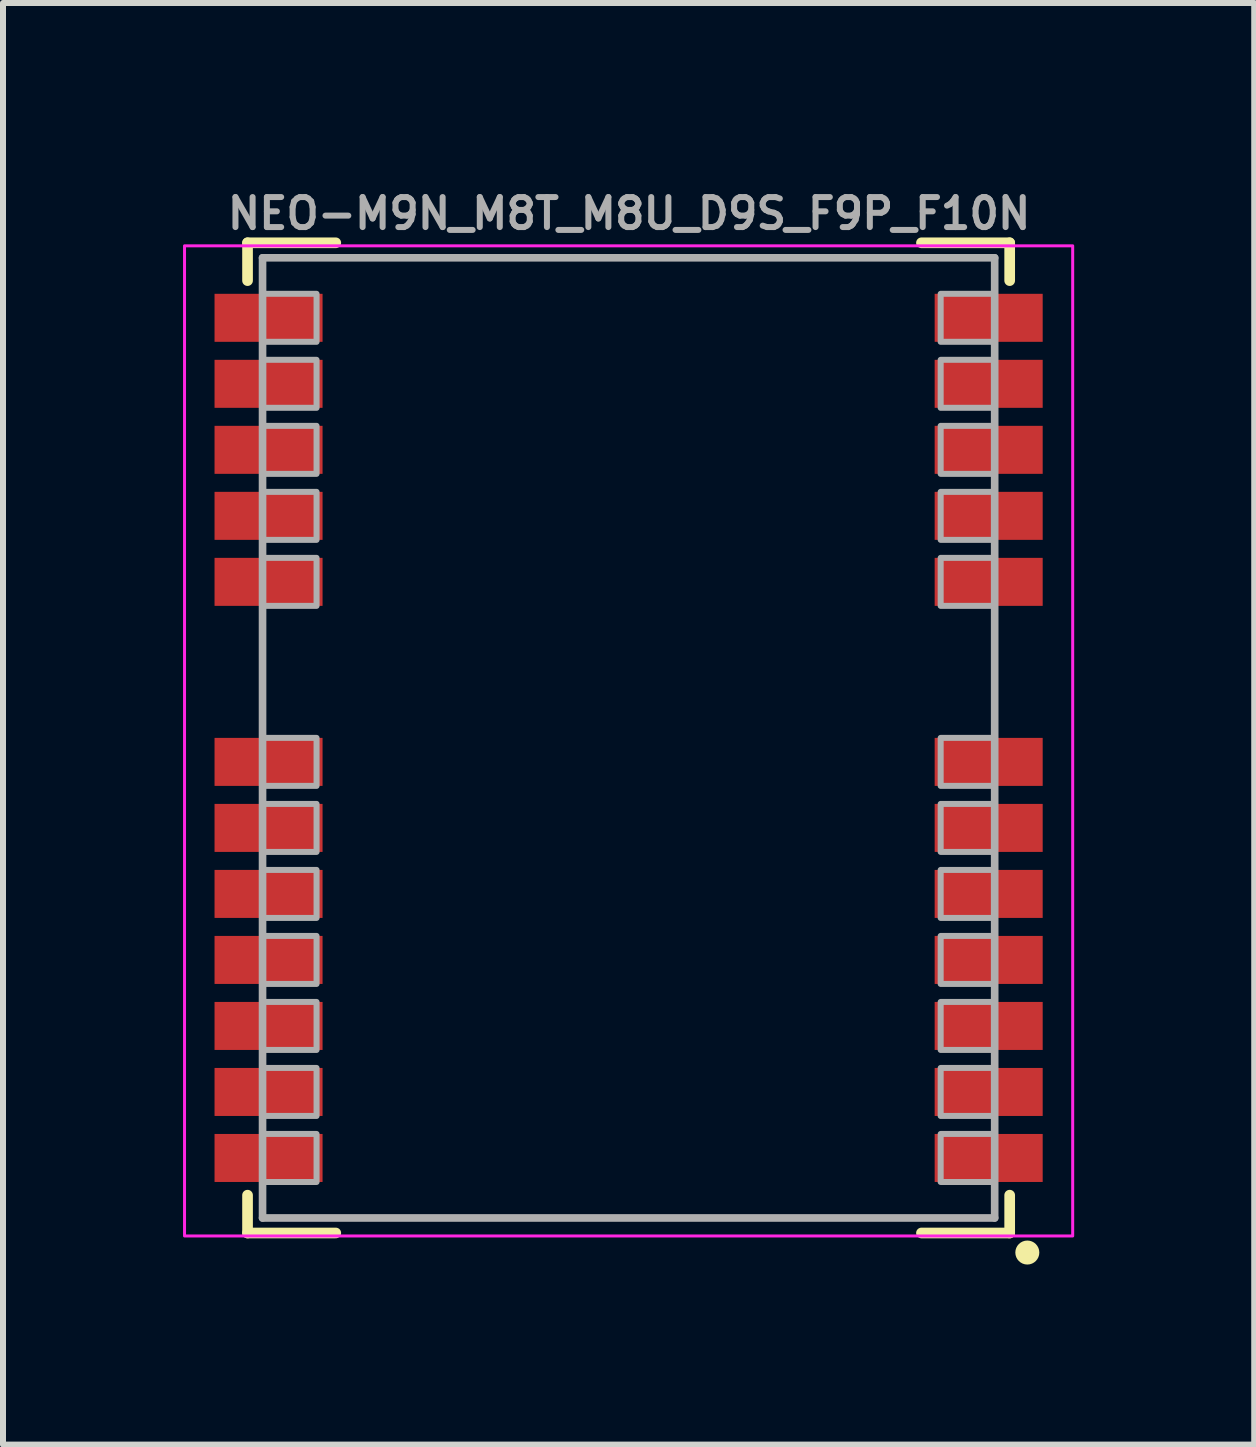
<source format=kicad_pcb>
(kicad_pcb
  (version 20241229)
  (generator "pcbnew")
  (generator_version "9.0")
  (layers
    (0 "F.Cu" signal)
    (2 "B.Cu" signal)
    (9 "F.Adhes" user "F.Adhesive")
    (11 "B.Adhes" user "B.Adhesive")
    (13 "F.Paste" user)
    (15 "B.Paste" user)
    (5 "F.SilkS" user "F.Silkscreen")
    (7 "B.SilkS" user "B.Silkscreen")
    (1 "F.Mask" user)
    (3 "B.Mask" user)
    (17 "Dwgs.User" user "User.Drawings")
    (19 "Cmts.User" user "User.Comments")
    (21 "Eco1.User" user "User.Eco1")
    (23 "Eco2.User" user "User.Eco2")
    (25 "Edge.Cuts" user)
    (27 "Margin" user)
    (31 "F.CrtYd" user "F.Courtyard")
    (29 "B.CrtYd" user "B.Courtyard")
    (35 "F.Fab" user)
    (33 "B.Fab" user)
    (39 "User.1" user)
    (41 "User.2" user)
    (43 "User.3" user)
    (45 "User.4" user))
  (footprint "NEO-M9N_M8T_M8U_D9S_F9P_F10N"
    (layer "F.Cu")
    (at 7.425 9.246)
    (property "Reference" "NEO-M9N_M8T_M8U_D9S_F9P_F10N" (at 0.008 -8.446 0) (layer "F.Fab") (effects (font (size 0.5 0.5) (thickness 0.1) (bold yes)) (justify bottom)))
    (attr smd)
    (fp_line (start -6.35 -8.25) (end -4.88 -8.25) (stroke (width 0.178) (type solid)) (layer "F.SilkS"))
    (fp_line (start -6.35 -7.62) (end -6.35 -8.25) (stroke (width 0.178) (type solid)) (layer "F.SilkS"))
    (fp_line (start -6.35 8.25) (end -6.35 7.62) (stroke (width 0.178) (type solid)) (layer "F.SilkS"))
    (fp_line (start -4.88 8.25) (end -6.35 8.25) (stroke (width 0.178) (type solid)) (layer "F.SilkS"))
    (fp_line (start 4.88 -8.25) (end 6.35 -8.25) (stroke (width 0.178) (type solid)) (layer "F.SilkS"))
    (fp_line (start 6.35 -8.25) (end 6.35 -7.62) (stroke (width 0.178) (type solid)) (layer "F.SilkS"))
    (fp_line (start 6.35 7.62) (end 6.35 8.25) (stroke (width 0.178) (type solid)) (layer "F.SilkS"))
    (fp_line (start 6.35 8.25) (end 4.88 8.25) (stroke (width 0.178) (type solid)) (layer "F.SilkS"))
    (fp_circle (center 6.644 8.576) (end 6.644 8.676) (stroke (width 0.2) (type solid)) (fill yes) (layer "F.SilkS"))
    (fp_poly (pts (xy -6.1 -7.4) (xy -7.3 -7.4) (xy -7.3 -6.6) (xy -6.1 -6.6)) (stroke (width 0) (type default)) (fill yes) (layer "F.Paste"))
    (fp_poly (pts (xy -6.1 -6.3) (xy -7.3 -6.3) (xy -7.3 -5.5) (xy -6.1 -5.5)) (stroke (width 0) (type default)) (fill yes) (layer "F.Paste"))
    (fp_poly (pts (xy -6.1 -5.2) (xy -7.3 -5.2) (xy -7.3 -4.4) (xy -6.1 -4.4)) (stroke (width 0) (type default)) (fill yes) (layer "F.Paste"))
    (fp_poly (pts (xy -6.1 -4.1) (xy -7.3 -4.1) (xy -7.3 -3.3) (xy -6.1 -3.3)) (stroke (width 0) (type default)) (fill yes) (layer "F.Paste"))
    (fp_poly (pts (xy -6.1 -3) (xy -7.3 -3) (xy -7.3 -2.2) (xy -6.1 -2.2)) (stroke (width 0) (type default)) (fill yes) (layer "F.Paste"))
    (fp_poly (pts (xy -6.1 0) (xy -7.3 0) (xy -7.3 0.8) (xy -6.1 0.8)) (stroke (width 0) (type default)) (fill yes) (layer "F.Paste"))
    (fp_poly (pts (xy -6.1 1.1) (xy -7.3 1.1) (xy -7.3 1.9) (xy -6.1 1.9)) (stroke (width 0) (type default)) (fill yes) (layer "F.Paste"))
    (fp_poly (pts (xy -6.1 2.2) (xy -7.3 2.2) (xy -7.3 3) (xy -6.1 3)) (stroke (width 0) (type default)) (fill yes) (layer "F.Paste"))
    (fp_poly (pts (xy -6.1 3.3) (xy -7.3 3.3) (xy -7.3 4.1) (xy -6.1 4.1)) (stroke (width 0) (type default)) (fill yes) (layer "F.Paste"))
    (fp_poly (pts (xy -6.1 4.4) (xy -7.3 4.4) (xy -7.3 5.2) (xy -6.1 5.2)) (stroke (width 0) (type default)) (fill yes) (layer "F.Paste"))
    (fp_poly (pts (xy -6.1 5.5) (xy -7.3 5.5) (xy -7.3 6.3) (xy -6.1 6.3)) (stroke (width 0) (type default)) (fill yes) (layer "F.Paste"))
    (fp_poly (pts (xy -6.1 6.6) (xy -7.3 6.6) (xy -7.3 7.4) (xy -6.1 7.4)) (stroke (width 0) (type default)) (fill yes) (layer "F.Paste"))
    (fp_poly (pts (xy -5.2 -7.3) (xy -6.1 -7.3) (xy -6.1 -6.7) (xy -5.2 -6.7)) (stroke (width 0) (type default)) (fill yes) (layer "F.Paste"))
    (fp_poly (pts (xy -5.2 -6.2) (xy -6.1 -6.2) (xy -6.1 -5.6) (xy -5.2 -5.6)) (stroke (width 0) (type default)) (fill yes) (layer "F.Paste"))
    (fp_poly (pts (xy -5.2 -5.1) (xy -6.1 -5.1) (xy -6.1 -4.5) (xy -5.2 -4.5)) (stroke (width 0) (type default)) (fill yes) (layer "F.Paste"))
    (fp_poly (pts (xy -5.2 -4) (xy -6.1 -4) (xy -6.1 -3.4) (xy -5.2 -3.4)) (stroke (width 0) (type default)) (fill yes) (layer "F.Paste"))
    (fp_poly (pts (xy -5.2 -2.9) (xy -6.1 -2.9) (xy -6.1 -2.3) (xy -5.2 -2.3)) (stroke (width 0) (type default)) (fill yes) (layer "F.Paste"))
    (fp_poly (pts (xy -5.2 0.1) (xy -6.1 0.1) (xy -6.1 0.7) (xy -5.2 0.7)) (stroke (width 0) (type default)) (fill yes) (layer "F.Paste"))
    (fp_poly (pts (xy -5.2 1.2) (xy -6.1 1.2) (xy -6.1 1.8) (xy -5.2 1.8)) (stroke (width 0) (type default)) (fill yes) (layer "F.Paste"))
    (fp_poly (pts (xy -5.2 2.3) (xy -6.1 2.3) (xy -6.1 2.9) (xy -5.2 2.9)) (stroke (width 0) (type default)) (fill yes) (layer "F.Paste"))
    (fp_poly (pts (xy -5.2 3.4) (xy -6.1 3.4) (xy -6.1 4) (xy -5.2 4)) (stroke (width 0) (type default)) (fill yes) (layer "F.Paste"))
    (fp_poly (pts (xy -5.2 4.5) (xy -6.1 4.5) (xy -6.1 5.1) (xy -5.2 5.1)) (stroke (width 0) (type default)) (fill yes) (layer "F.Paste"))
    (fp_poly (pts (xy -5.2 5.6) (xy -6.1 5.6) (xy -6.1 6.2) (xy -5.2 6.2)) (stroke (width 0) (type default)) (fill yes) (layer "F.Paste"))
    (fp_poly (pts (xy -5.2 6.7) (xy -6.1 6.7) (xy -6.1 7.3) (xy -5.2 7.3)) (stroke (width 0) (type default)) (fill yes) (layer "F.Paste"))
    (fp_poly (pts (xy 5.2 -6.7) (xy 6.1 -6.7) (xy 6.1 -7.3) (xy 5.2 -7.3)) (stroke (width 0) (type default)) (fill yes) (layer "F.Paste"))
    (fp_poly (pts (xy 5.2 -5.6) (xy 6.1 -5.6) (xy 6.1 -6.2) (xy 5.2 -6.2)) (stroke (width 0) (type default)) (fill yes) (layer "F.Paste"))
    (fp_poly (pts (xy 5.2 -4.5) (xy 6.1 -4.5) (xy 6.1 -5.1) (xy 5.2 -5.1)) (stroke (width 0) (type default)) (fill yes) (layer "F.Paste"))
    (fp_poly (pts (xy 5.2 -3.4) (xy 6.1 -3.4) (xy 6.1 -4) (xy 5.2 -4)) (stroke (width 0) (type default)) (fill yes) (layer "F.Paste"))
    (fp_poly (pts (xy 5.2 -2.3) (xy 6.1 -2.3) (xy 6.1 -2.9) (xy 5.2 -2.9)) (stroke (width 0) (type default)) (fill yes) (layer "F.Paste"))
    (fp_poly (pts (xy 5.2 0.7) (xy 6.1 0.7) (xy 6.1 0.1) (xy 5.2 0.1)) (stroke (width 0) (type default)) (fill yes) (layer "F.Paste"))
    (fp_poly (pts (xy 5.2 1.8) (xy 6.1 1.8) (xy 6.1 1.2) (xy 5.2 1.2)) (stroke (width 0) (type default)) (fill yes) (layer "F.Paste"))
    (fp_poly (pts (xy 5.2 2.9) (xy 6.1 2.9) (xy 6.1 2.3) (xy 5.2 2.3)) (stroke (width 0) (type default)) (fill yes) (layer "F.Paste"))
    (fp_poly (pts (xy 5.2 4) (xy 6.1 4) (xy 6.1 3.4) (xy 5.2 3.4)) (stroke (width 0) (type default)) (fill yes) (layer "F.Paste"))
    (fp_poly (pts (xy 5.2 5.1) (xy 6.1 5.1) (xy 6.1 4.5) (xy 5.2 4.5)) (stroke (width 0) (type default)) (fill yes) (layer "F.Paste"))
    (fp_poly (pts (xy 5.2 6.2) (xy 6.1 6.2) (xy 6.1 5.6) (xy 5.2 5.6)) (stroke (width 0) (type default)) (fill yes) (layer "F.Paste"))
    (fp_poly (pts (xy 5.2 7.3) (xy 6.1 7.3) (xy 6.1 6.7) (xy 5.2 6.7)) (stroke (width 0) (type default)) (fill yes) (layer "F.Paste"))
    (fp_poly (pts (xy 6.1 -6.6) (xy 7.3 -6.6) (xy 7.3 -7.4) (xy 6.1 -7.4)) (stroke (width 0) (type default)) (fill yes) (layer "F.Paste"))
    (fp_poly (pts (xy 6.1 -5.5) (xy 7.3 -5.5) (xy 7.3 -6.3) (xy 6.1 -6.3)) (stroke (width 0) (type default)) (fill yes) (layer "F.Paste"))
    (fp_poly (pts (xy 6.1 -4.4) (xy 7.3 -4.4) (xy 7.3 -5.2) (xy 6.1 -5.2)) (stroke (width 0) (type default)) (fill yes) (layer "F.Paste"))
    (fp_poly (pts (xy 6.1 -3.3) (xy 7.3 -3.3) (xy 7.3 -4.1) (xy 6.1 -4.1)) (stroke (width 0) (type default)) (fill yes) (layer "F.Paste"))
    (fp_poly (pts (xy 6.1 -2.2) (xy 7.3 -2.2) (xy 7.3 -3) (xy 6.1 -3)) (stroke (width 0) (type default)) (fill yes) (layer "F.Paste"))
    (fp_poly (pts (xy 6.1 0.8) (xy 7.3 0.8) (xy 7.3 0) (xy 6.1 0)) (stroke (width 0) (type default)) (fill yes) (layer "F.Paste"))
    (fp_poly (pts (xy 6.1 1.9) (xy 7.3 1.9) (xy 7.3 1.1) (xy 6.1 1.1)) (stroke (width 0) (type default)) (fill yes) (layer "F.Paste"))
    (fp_poly (pts (xy 6.1 3) (xy 7.3 3) (xy 7.3 2.2) (xy 6.1 2.2)) (stroke (width 0) (type default)) (fill yes) (layer "F.Paste"))
    (fp_poly (pts (xy 6.1 4.1) (xy 7.3 4.1) (xy 7.3 3.3) (xy 6.1 3.3)) (stroke (width 0) (type default)) (fill yes) (layer "F.Paste"))
    (fp_poly (pts (xy 6.1 5.2) (xy 7.3 5.2) (xy 7.3 4.4) (xy 6.1 4.4)) (stroke (width 0) (type default)) (fill yes) (layer "F.Paste"))
    (fp_poly (pts (xy 6.1 6.3) (xy 7.3 6.3) (xy 7.3 5.5) (xy 6.1 5.5)) (stroke (width 0) (type default)) (fill yes) (layer "F.Paste"))
    (fp_poly (pts (xy 6.1 7.4) (xy 7.3 7.4) (xy 7.3 6.6) (xy 6.1 6.6)) (stroke (width 0) (type default)) (fill yes) (layer "F.Paste"))
    (fp_rect (start -7.4 -8.2) (end 7.4 8.3) (stroke (width 0.05) (type default)) (fill no) (layer "F.CrtYd"))
    (fp_line (start -6.1 -8) (end 6.1 -8) (stroke (width 0.127) (type solid)) (layer "F.Fab"))
    (fp_line (start -6.1 8) (end -6.1 -8) (stroke (width 0.127) (type solid)) (layer "F.Fab"))
    (fp_line (start 6.1 -8) (end 6.1 8) (stroke (width 0.127) (type solid)) (layer "F.Fab"))
    (fp_line (start 6.1 8) (end -6.1 8) (stroke (width 0.127) (type solid)) (layer "F.Fab"))
    (fp_poly (pts (xy -6.1 -6.6) (xy -5.2 -6.6) (xy -5.2 -7.4) (xy -6.1 -7.4)) (stroke (width 0.1) (type default)) (fill no) (layer "F.Fab"))
    (fp_poly (pts (xy -6.1 -5.5) (xy -5.2 -5.5) (xy -5.2 -6.3) (xy -6.1 -6.3)) (stroke (width 0.1) (type default)) (fill no) (layer "F.Fab"))
    (fp_poly (pts (xy -6.1 -4.4) (xy -5.2 -4.4) (xy -5.2 -5.2) (xy -6.1 -5.2)) (stroke (width 0.1) (type default)) (fill no) (layer "F.Fab"))
    (fp_poly (pts (xy -6.1 -3.3) (xy -5.2 -3.3) (xy -5.2 -4.1) (xy -6.1 -4.1)) (stroke (width 0.1) (type default)) (fill no) (layer "F.Fab"))
    (fp_poly (pts (xy -6.1 -2.2) (xy -5.2 -2.2) (xy -5.2 -3) (xy -6.1 -3)) (stroke (width 0.1) (type default)) (fill no) (layer "F.Fab"))
    (fp_poly (pts (xy -6.1 0.8) (xy -5.2 0.8) (xy -5.2 0) (xy -6.1 0)) (stroke (width 0.1) (type default)) (fill no) (layer "F.Fab"))
    (fp_poly (pts (xy -6.1 1.9) (xy -5.2 1.9) (xy -5.2 1.1) (xy -6.1 1.1)) (stroke (width 0.1) (type default)) (fill no) (layer "F.Fab"))
    (fp_poly (pts (xy -6.1 3) (xy -5.2 3) (xy -5.2 2.2) (xy -6.1 2.2)) (stroke (width 0.1) (type default)) (fill no) (layer "F.Fab"))
    (fp_poly (pts (xy -6.1 4.1) (xy -5.2 4.1) (xy -5.2 3.3) (xy -6.1 3.3)) (stroke (width 0.1) (type default)) (fill no) (layer "F.Fab"))
    (fp_poly (pts (xy -6.1 5.2) (xy -5.2 5.2) (xy -5.2 4.4) (xy -6.1 4.4)) (stroke (width 0.1) (type default)) (fill no) (layer "F.Fab"))
    (fp_poly (pts (xy -6.1 6.3) (xy -5.2 6.3) (xy -5.2 5.5) (xy -6.1 5.5)) (stroke (width 0.1) (type default)) (fill no) (layer "F.Fab"))
    (fp_poly (pts (xy -6.1 7.4) (xy -5.2 7.4) (xy -5.2 6.6) (xy -6.1 6.6)) (stroke (width 0.1) (type default)) (fill no) (layer "F.Fab"))
    (fp_poly (pts (xy 5.2 -6.6) (xy 6.1 -6.6) (xy 6.1 -7.4) (xy 5.2 -7.4)) (stroke (width 0.1) (type default)) (fill no) (layer "F.Fab"))
    (fp_poly (pts (xy 5.2 -5.5) (xy 6.1 -5.5) (xy 6.1 -6.3) (xy 5.2 -6.3)) (stroke (width 0.1) (type default)) (fill no) (layer "F.Fab"))
    (fp_poly (pts (xy 5.2 -4.4) (xy 6.1 -4.4) (xy 6.1 -5.2) (xy 5.2 -5.2)) (stroke (width 0.1) (type default)) (fill no) (layer "F.Fab"))
    (fp_poly (pts (xy 5.2 -3.3) (xy 6.1 -3.3) (xy 6.1 -4.1) (xy 5.2 -4.1)) (stroke (width 0.1) (type default)) (fill no) (layer "F.Fab"))
    (fp_poly (pts (xy 5.2 -2.2) (xy 6.1 -2.2) (xy 6.1 -3) (xy 5.2 -3)) (stroke (width 0.1) (type default)) (fill no) (layer "F.Fab"))
    (fp_poly (pts (xy 5.2 0.8) (xy 6.1 0.8) (xy 6.1 0) (xy 5.2 0)) (stroke (width 0.1) (type default)) (fill no) (layer "F.Fab"))
    (fp_poly (pts (xy 5.2 1.9) (xy 6.1 1.9) (xy 6.1 1.1) (xy 5.2 1.1)) (stroke (width 0.1) (type default)) (fill no) (layer "F.Fab"))
    (fp_poly (pts (xy 5.2 3) (xy 6.1 3) (xy 6.1 2.2) (xy 5.2 2.2)) (stroke (width 0.1) (type default)) (fill no) (layer "F.Fab"))
    (fp_poly (pts (xy 5.2 4.1) (xy 6.1 4.1) (xy 6.1 3.3) (xy 5.2 3.3)) (stroke (width 0.1) (type default)) (fill no) (layer "F.Fab"))
    (fp_poly (pts (xy 5.2 5.2) (xy 6.1 5.2) (xy 6.1 4.4) (xy 5.2 4.4)) (stroke (width 0.1) (type default)) (fill no) (layer "F.Fab"))
    (fp_poly (pts (xy 5.2 6.3) (xy 6.1 6.3) (xy 6.1 5.5) (xy 5.2 5.5)) (stroke (width 0.1) (type default)) (fill no) (layer "F.Fab"))
    (fp_poly (pts (xy 5.2 7.4) (xy 6.1 7.4) (xy 6.1 6.6) (xy 5.2 6.6)) (stroke (width 0.1) (type default)) (fill no) (layer "F.Fab"))
    (pad "1" smd rect (at 6 7 180) (size 1.8 0.8) (layers "F.Cu" "F.Mask"))
    (pad "2" smd rect (at 6 5.9 180) (size 1.8 0.8) (layers "F.Cu" "F.Mask"))
    (pad "3" smd rect (at 6 4.8 180) (size 1.8 0.8) (layers "F.Cu" "F.Mask"))
    (pad "4" smd rect (at 6 3.7 180) (size 1.8 0.8) (layers "F.Cu" "F.Mask"))
    (pad "5" smd rect (at 6 2.6 180) (size 1.8 0.8) (layers "F.Cu" "F.Mask"))
    (pad "6" smd rect (at 6 1.5 180) (size 1.8 0.8) (layers "F.Cu" "F.Mask"))
    (pad "7" smd rect (at 6 0.4 180) (size 1.8 0.8) (layers "F.Cu" "F.Mask"))
    (pad "8" smd rect (at 6 -2.6 180) (size 1.8 0.8) (layers "F.Cu" "F.Mask"))
    (pad "9" smd rect (at 6 -3.7 180) (size 1.8 0.8) (layers "F.Cu" "F.Mask"))
    (pad "10" smd rect (at 6 -4.8 180) (size 1.8 0.8) (layers "F.Cu" "F.Mask"))
    (pad "11" smd rect (at 6 -5.9 180) (size 1.8 0.8) (layers "F.Cu" "F.Mask"))
    (pad "12" smd rect (at 6 -7 180) (size 1.8 0.8) (layers "F.Cu" "F.Mask"))
    (pad "13" smd rect (at -6 -7 180) (size 1.8 0.8) (layers "F.Cu" "F.Mask"))
    (pad "14" smd rect (at -6 -5.9 180) (size 1.8 0.8) (layers "F.Cu" "F.Mask"))
    (pad "15" smd rect (at -6 -4.8 180) (size 1.8 0.8) (layers "F.Cu" "F.Mask"))
    (pad "16" smd rect (at -6 -3.7 180) (size 1.8 0.8) (layers "F.Cu" "F.Mask"))
    (pad "17" smd rect (at -6 -2.6 180) (size 1.8 0.8) (layers "F.Cu" "F.Mask"))
    (pad "18" smd rect (at -6 0.4 180) (size 1.8 0.8) (layers "F.Cu" "F.Mask"))
    (pad "19" smd rect (at -6 1.5 180) (size 1.8 0.8) (layers "F.Cu" "F.Mask"))
    (pad "20" smd rect (at -6 2.6 180) (size 1.8 0.8) (layers "F.Cu" "F.Mask"))
    (pad "21" smd rect (at -6 3.7 180) (size 1.8 0.8) (layers "F.Cu" "F.Mask"))
    (pad "22" smd rect (at -6 4.8 180) (size 1.8 0.8) (layers "F.Cu" "F.Mask"))
    (pad "23" smd rect (at -6 5.9 180) (size 1.8 0.8) (layers "F.Cu" "F.Mask"))
    (pad "24" smd rect (at -6 7 180) (size 1.8 0.8) (layers "F.Cu" "F.Mask")))
  (gr_rect
    (start -3 -3)
    (end 17.85 21.022)
    (stroke (width 0.1) (type default))
    (fill no)
    (layer "Edge.Cuts")))
</source>
